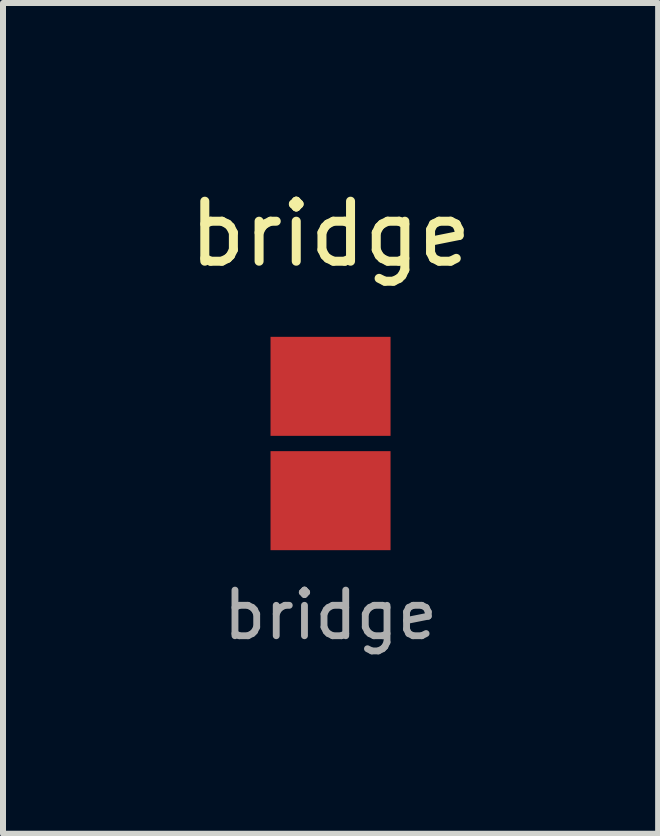
<source format=kicad_pcb>
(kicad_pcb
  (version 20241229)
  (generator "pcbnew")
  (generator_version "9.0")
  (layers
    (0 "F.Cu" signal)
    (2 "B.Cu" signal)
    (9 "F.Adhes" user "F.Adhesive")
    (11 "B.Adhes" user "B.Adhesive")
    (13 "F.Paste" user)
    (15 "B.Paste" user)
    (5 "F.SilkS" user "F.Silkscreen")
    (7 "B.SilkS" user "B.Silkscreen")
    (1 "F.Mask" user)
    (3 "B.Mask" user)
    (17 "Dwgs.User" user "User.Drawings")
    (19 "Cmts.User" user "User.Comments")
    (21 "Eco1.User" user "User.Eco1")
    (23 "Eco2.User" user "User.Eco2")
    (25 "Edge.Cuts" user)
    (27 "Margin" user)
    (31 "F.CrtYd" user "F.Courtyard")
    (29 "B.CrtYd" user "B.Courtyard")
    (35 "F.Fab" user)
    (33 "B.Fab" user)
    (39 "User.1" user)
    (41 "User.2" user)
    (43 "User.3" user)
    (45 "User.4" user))
  (footprint "bridge"
    (layer "F.Cu")
    (at 2.458 3.388)
    (property "Reference" "bridge" (at 0 -2.54 0) (layer "F.SilkS") (effects (font (size 1 1) (thickness 0.15))))
    (attr through_hole)
    (fp_text user "${REFERENCE}" (at 0 3.81 180) (layer "F.Fab") (effects (font (size 0.76 0.76) (thickness 0.114))))
    (pad "1" smd rect (at 0 0) (size 2 1.65) (layers "F.Cu" "F.Mask" "F.Paste"))
    (pad "2" smd rect (at 0 1.905) (size 2 1.65) (layers "F.Cu" "F.Mask" "F.Paste")))
  (gr_rect
    (start -3 -3)
    (end 7.917 10.843)
    (stroke (width 0.1) (type default))
    (fill no)
    (layer "Edge.Cuts")))
</source>
